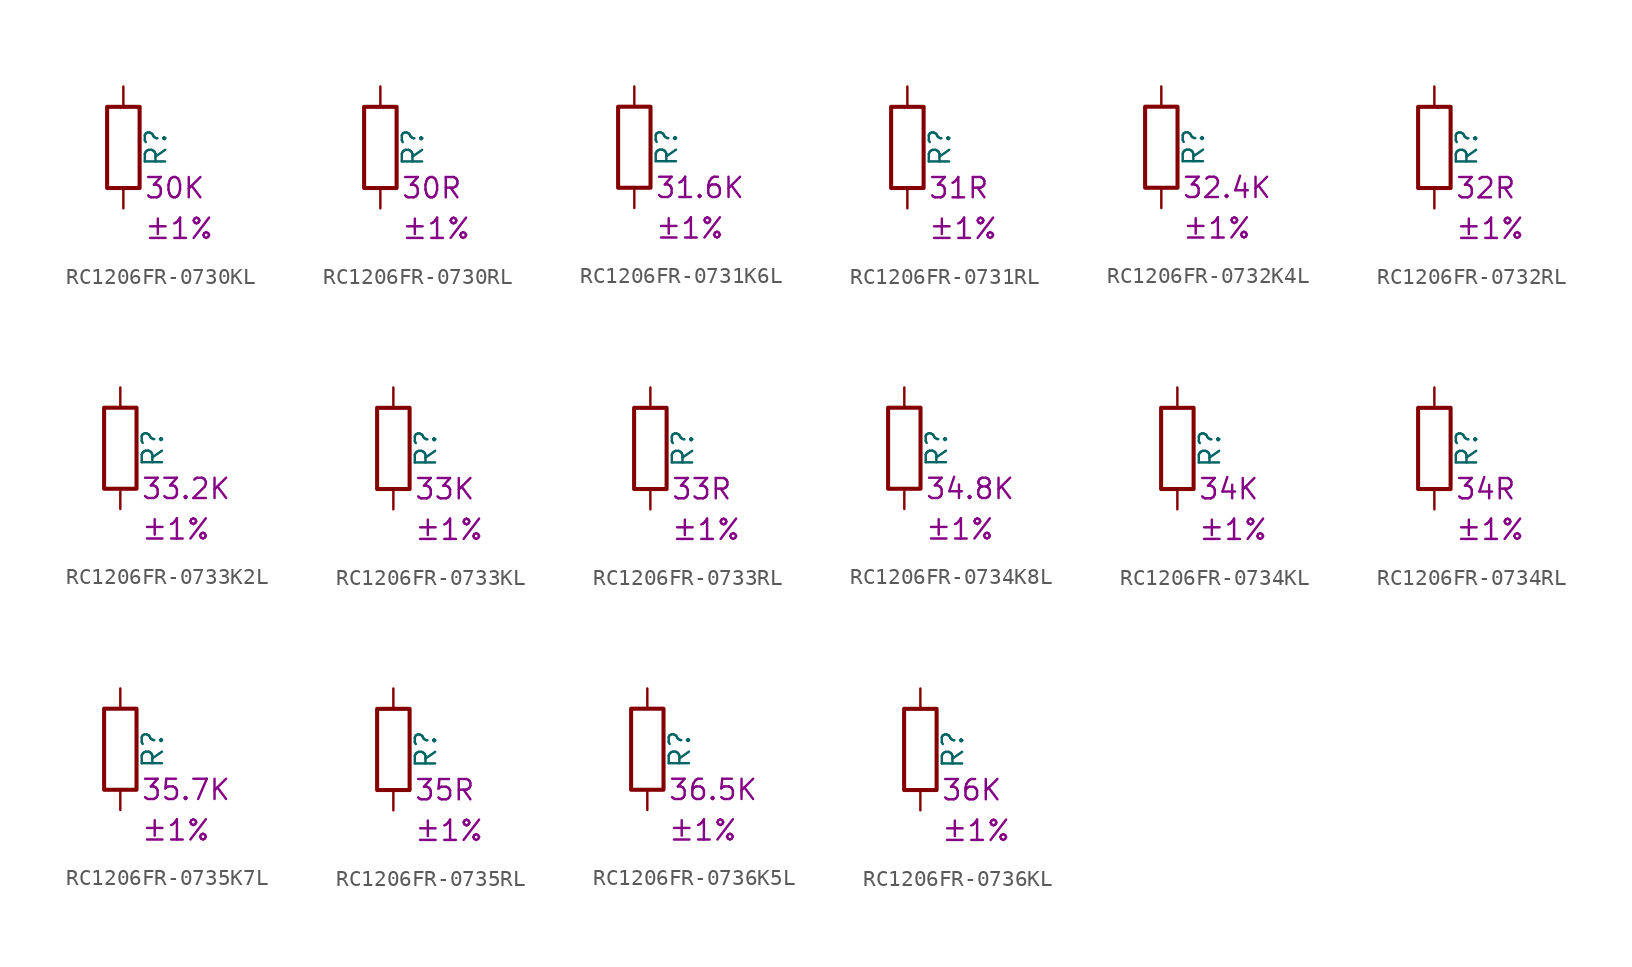
<source format=kicad_sym>
(kicad_symbol_lib
  (version 20220914)
  (generator kicad_symbol_editor)
  (symbol "RC1206FR-0730KL"
    (pin_numbers hide)
    (pin_names
      (offset 0))
    (property "Reference" "R"
      (at 2.032 0 90)
      (effects (font (size 1.27 1.27))))
    (property "Resistance" "30K"
      (at 1.27 -2.54 0)
      (effects (font (size 1.27 1.27)) (justify left)))
    (property "Tolerance" "±1%"
      (at 1.27 -5.08 0)
      (effects (font (size 1.27 1.27)) (justify left)))
    (symbol "RC1206FR-0730KL_0_1"
      (rectangle (start -1.016 -2.54) (end 1.016 2.54) (stroke (width 0.254) (type default)) (fill (type none))))
    (symbol "RC1206FR-0730KL_1_1"
      (pin passive line (at 0 3.81 270) (length 1.27) (name "~" (effects (font (size 1.27 1.27)))) (number "1" (effects (font (size 1.27 1.27)))))
      (pin passive line (at 0 -3.81 90) (length 1.27) (name "~" (effects (font (size 1.27 1.27)))) (number "2" (effects (font (size 1.27 1.27)))))))
  (symbol "RC1206FR-0730RL"
    (pin_numbers hide)
    (pin_names
      (offset 0))
    (property "Reference" "R"
      (at 2.032 0 90)
      (effects (font (size 1.27 1.27))))
    (property "Resistance" "30R"
      (at 1.27 -2.54 0)
      (effects (font (size 1.27 1.27)) (justify left)))
    (property "Tolerance" "±1%"
      (at 1.27 -5.08 0)
      (effects (font (size 1.27 1.27)) (justify left)))
    (symbol "RC1206FR-0730RL_0_1"
      (rectangle (start -1.016 -2.54) (end 1.016 2.54) (stroke (width 0.254) (type default)) (fill (type none))))
    (symbol "RC1206FR-0730RL_1_1"
      (pin passive line (at 0 3.81 270) (length 1.27) (name "~" (effects (font (size 1.27 1.27)))) (number "1" (effects (font (size 1.27 1.27)))))
      (pin passive line (at 0 -3.81 90) (length 1.27) (name "~" (effects (font (size 1.27 1.27)))) (number "2" (effects (font (size 1.27 1.27)))))))
  (symbol "RC1206FR-0731K6L"
    (pin_numbers hide)
    (pin_names
      (offset 0))
    (property "Reference" "R"
      (at 2.032 0 90)
      (effects (font (size 1.27 1.27))))
    (property "Resistance" "31.6K"
      (at 1.27 -2.54 0)
      (effects (font (size 1.27 1.27)) (justify left)))
    (property "Tolerance" "±1%"
      (at 1.27 -5.08 0)
      (effects (font (size 1.27 1.27)) (justify left)))
    (symbol "RC1206FR-0731K6L_0_1"
      (rectangle (start -1.016 -2.54) (end 1.016 2.54) (stroke (width 0.254) (type default)) (fill (type none))))
    (symbol "RC1206FR-0731K6L_1_1"
      (pin passive line (at 0 3.81 270) (length 1.27) (name "~" (effects (font (size 1.27 1.27)))) (number "1" (effects (font (size 1.27 1.27)))))
      (pin passive line (at 0 -3.81 90) (length 1.27) (name "~" (effects (font (size 1.27 1.27)))) (number "2" (effects (font (size 1.27 1.27)))))))
  (symbol "RC1206FR-0731RL"
    (pin_numbers hide)
    (pin_names
      (offset 0))
    (property "Reference" "R"
      (at 2.032 0 90)
      (effects (font (size 1.27 1.27))))
    (property "Resistance" "31R"
      (at 1.27 -2.54 0)
      (effects (font (size 1.27 1.27)) (justify left)))
    (property "Tolerance" "±1%"
      (at 1.27 -5.08 0)
      (effects (font (size 1.27 1.27)) (justify left)))
    (symbol "RC1206FR-0731RL_0_1"
      (rectangle (start -1.016 -2.54) (end 1.016 2.54) (stroke (width 0.254) (type default)) (fill (type none))))
    (symbol "RC1206FR-0731RL_1_1"
      (pin passive line (at 0 3.81 270) (length 1.27) (name "~" (effects (font (size 1.27 1.27)))) (number "1" (effects (font (size 1.27 1.27)))))
      (pin passive line (at 0 -3.81 90) (length 1.27) (name "~" (effects (font (size 1.27 1.27)))) (number "2" (effects (font (size 1.27 1.27)))))))
  (symbol "RC1206FR-0732K4L"
    (pin_numbers hide)
    (pin_names
      (offset 0))
    (property "Reference" "R"
      (at 2.032 0 90)
      (effects (font (size 1.27 1.27))))
    (property "Resistance" "32.4K"
      (at 1.27 -2.54 0)
      (effects (font (size 1.27 1.27)) (justify left)))
    (property "Tolerance" "±1%"
      (at 1.27 -5.08 0)
      (effects (font (size 1.27 1.27)) (justify left)))
    (symbol "RC1206FR-0732K4L_0_1"
      (rectangle (start -1.016 -2.54) (end 1.016 2.54) (stroke (width 0.254) (type default)) (fill (type none))))
    (symbol "RC1206FR-0732K4L_1_1"
      (pin passive line (at 0 3.81 270) (length 1.27) (name "~" (effects (font (size 1.27 1.27)))) (number "1" (effects (font (size 1.27 1.27)))))
      (pin passive line (at 0 -3.81 90) (length 1.27) (name "~" (effects (font (size 1.27 1.27)))) (number "2" (effects (font (size 1.27 1.27)))))))
  (symbol "RC1206FR-0732RL"
    (pin_numbers hide)
    (pin_names
      (offset 0))
    (property "Reference" "R"
      (at 2.032 0 90)
      (effects (font (size 1.27 1.27))))
    (property "Resistance" "32R"
      (at 1.27 -2.54 0)
      (effects (font (size 1.27 1.27)) (justify left)))
    (property "Tolerance" "±1%"
      (at 1.27 -5.08 0)
      (effects (font (size 1.27 1.27)) (justify left)))
    (symbol "RC1206FR-0732RL_0_1"
      (rectangle (start -1.016 -2.54) (end 1.016 2.54) (stroke (width 0.254) (type default)) (fill (type none))))
    (symbol "RC1206FR-0732RL_1_1"
      (pin passive line (at 0 3.81 270) (length 1.27) (name "~" (effects (font (size 1.27 1.27)))) (number "1" (effects (font (size 1.27 1.27)))))
      (pin passive line (at 0 -3.81 90) (length 1.27) (name "~" (effects (font (size 1.27 1.27)))) (number "2" (effects (font (size 1.27 1.27)))))))
  (symbol "RC1206FR-0733K2L"
    (pin_numbers hide)
    (pin_names
      (offset 0))
    (property "Reference" "R"
      (at 2.032 0 90)
      (effects (font (size 1.27 1.27))))
    (property "Resistance" "33.2K"
      (at 1.27 -2.54 0)
      (effects (font (size 1.27 1.27)) (justify left)))
    (property "Tolerance" "±1%"
      (at 1.27 -5.08 0)
      (effects (font (size 1.27 1.27)) (justify left)))
    (symbol "RC1206FR-0733K2L_0_1"
      (rectangle (start -1.016 -2.54) (end 1.016 2.54) (stroke (width 0.254) (type default)) (fill (type none))))
    (symbol "RC1206FR-0733K2L_1_1"
      (pin passive line (at 0 3.81 270) (length 1.27) (name "~" (effects (font (size 1.27 1.27)))) (number "1" (effects (font (size 1.27 1.27)))))
      (pin passive line (at 0 -3.81 90) (length 1.27) (name "~" (effects (font (size 1.27 1.27)))) (number "2" (effects (font (size 1.27 1.27)))))))
  (symbol "RC1206FR-0733KL"
    (pin_numbers hide)
    (pin_names
      (offset 0))
    (property "Reference" "R"
      (at 2.032 0 90)
      (effects (font (size 1.27 1.27))))
    (property "Resistance" "33K"
      (at 1.27 -2.54 0)
      (effects (font (size 1.27 1.27)) (justify left)))
    (property "Tolerance" "±1%"
      (at 1.27 -5.08 0)
      (effects (font (size 1.27 1.27)) (justify left)))
    (symbol "RC1206FR-0733KL_0_1"
      (rectangle (start -1.016 -2.54) (end 1.016 2.54) (stroke (width 0.254) (type default)) (fill (type none))))
    (symbol "RC1206FR-0733KL_1_1"
      (pin passive line (at 0 3.81 270) (length 1.27) (name "~" (effects (font (size 1.27 1.27)))) (number "1" (effects (font (size 1.27 1.27)))))
      (pin passive line (at 0 -3.81 90) (length 1.27) (name "~" (effects (font (size 1.27 1.27)))) (number "2" (effects (font (size 1.27 1.27)))))))
  (symbol "RC1206FR-0733RL"
    (pin_numbers hide)
    (pin_names
      (offset 0))
    (property "Reference" "R"
      (at 2.032 0 90)
      (effects (font (size 1.27 1.27))))
    (property "Resistance" "33R"
      (at 1.27 -2.54 0)
      (effects (font (size 1.27 1.27)) (justify left)))
    (property "Tolerance" "±1%"
      (at 1.27 -5.08 0)
      (effects (font (size 1.27 1.27)) (justify left)))
    (symbol "RC1206FR-0733RL_0_1"
      (rectangle (start -1.016 -2.54) (end 1.016 2.54) (stroke (width 0.254) (type default)) (fill (type none))))
    (symbol "RC1206FR-0733RL_1_1"
      (pin passive line (at 0 3.81 270) (length 1.27) (name "~" (effects (font (size 1.27 1.27)))) (number "1" (effects (font (size 1.27 1.27)))))
      (pin passive line (at 0 -3.81 90) (length 1.27) (name "~" (effects (font (size 1.27 1.27)))) (number "2" (effects (font (size 1.27 1.27)))))))
  (symbol "RC1206FR-0734K8L"
    (pin_numbers hide)
    (pin_names
      (offset 0))
    (property "Reference" "R"
      (at 2.032 0 90)
      (effects (font (size 1.27 1.27))))
    (property "Resistance" "34.8K"
      (at 1.27 -2.54 0)
      (effects (font (size 1.27 1.27)) (justify left)))
    (property "Tolerance" "±1%"
      (at 1.27 -5.08 0)
      (effects (font (size 1.27 1.27)) (justify left)))
    (symbol "RC1206FR-0734K8L_0_1"
      (rectangle (start -1.016 -2.54) (end 1.016 2.54) (stroke (width 0.254) (type default)) (fill (type none))))
    (symbol "RC1206FR-0734K8L_1_1"
      (pin passive line (at 0 3.81 270) (length 1.27) (name "~" (effects (font (size 1.27 1.27)))) (number "1" (effects (font (size 1.27 1.27)))))
      (pin passive line (at 0 -3.81 90) (length 1.27) (name "~" (effects (font (size 1.27 1.27)))) (number "2" (effects (font (size 1.27 1.27)))))))
  (symbol "RC1206FR-0734KL"
    (pin_numbers hide)
    (pin_names
      (offset 0))
    (property "Reference" "R"
      (at 2.032 0 90)
      (effects (font (size 1.27 1.27))))
    (property "Resistance" "34K"
      (at 1.27 -2.54 0)
      (effects (font (size 1.27 1.27)) (justify left)))
    (property "Tolerance" "±1%"
      (at 1.27 -5.08 0)
      (effects (font (size 1.27 1.27)) (justify left)))
    (symbol "RC1206FR-0734KL_0_1"
      (rectangle (start -1.016 -2.54) (end 1.016 2.54) (stroke (width 0.254) (type default)) (fill (type none))))
    (symbol "RC1206FR-0734KL_1_1"
      (pin passive line (at 0 3.81 270) (length 1.27) (name "~" (effects (font (size 1.27 1.27)))) (number "1" (effects (font (size 1.27 1.27)))))
      (pin passive line (at 0 -3.81 90) (length 1.27) (name "~" (effects (font (size 1.27 1.27)))) (number "2" (effects (font (size 1.27 1.27)))))))
  (symbol "RC1206FR-0734RL"
    (pin_numbers hide)
    (pin_names
      (offset 0))
    (property "Reference" "R"
      (at 2.032 0 90)
      (effects (font (size 1.27 1.27))))
    (property "Resistance" "34R"
      (at 1.27 -2.54 0)
      (effects (font (size 1.27 1.27)) (justify left)))
    (property "Tolerance" "±1%"
      (at 1.27 -5.08 0)
      (effects (font (size 1.27 1.27)) (justify left)))
    (symbol "RC1206FR-0734RL_0_1"
      (rectangle (start -1.016 -2.54) (end 1.016 2.54) (stroke (width 0.254) (type default)) (fill (type none))))
    (symbol "RC1206FR-0734RL_1_1"
      (pin passive line (at 0 3.81 270) (length 1.27) (name "~" (effects (font (size 1.27 1.27)))) (number "1" (effects (font (size 1.27 1.27)))))
      (pin passive line (at 0 -3.81 90) (length 1.27) (name "~" (effects (font (size 1.27 1.27)))) (number "2" (effects (font (size 1.27 1.27)))))))
  (symbol "RC1206FR-0735K7L"
    (pin_numbers hide)
    (pin_names
      (offset 0))
    (property "Reference" "R"
      (at 2.032 0 90)
      (effects (font (size 1.27 1.27))))
    (property "Resistance" "35.7K"
      (at 1.27 -2.54 0)
      (effects (font (size 1.27 1.27)) (justify left)))
    (property "Tolerance" "±1%"
      (at 1.27 -5.08 0)
      (effects (font (size 1.27 1.27)) (justify left)))
    (symbol "RC1206FR-0735K7L_0_1"
      (rectangle (start -1.016 -2.54) (end 1.016 2.54) (stroke (width 0.254) (type default)) (fill (type none))))
    (symbol "RC1206FR-0735K7L_1_1"
      (pin passive line (at 0 3.81 270) (length 1.27) (name "~" (effects (font (size 1.27 1.27)))) (number "1" (effects (font (size 1.27 1.27)))))
      (pin passive line (at 0 -3.81 90) (length 1.27) (name "~" (effects (font (size 1.27 1.27)))) (number "2" (effects (font (size 1.27 1.27)))))))
  (symbol "RC1206FR-0735RL"
    (pin_numbers hide)
    (pin_names
      (offset 0))
    (property "Reference" "R"
      (at 2.032 0 90)
      (effects (font (size 1.27 1.27))))
    (property "Resistance" "35R"
      (at 1.27 -2.54 0)
      (effects (font (size 1.27 1.27)) (justify left)))
    (property "Tolerance" "±1%"
      (at 1.27 -5.08 0)
      (effects (font (size 1.27 1.27)) (justify left)))
    (symbol "RC1206FR-0735RL_0_1"
      (rectangle (start -1.016 -2.54) (end 1.016 2.54) (stroke (width 0.254) (type default)) (fill (type none))))
    (symbol "RC1206FR-0735RL_1_1"
      (pin passive line (at 0 3.81 270) (length 1.27) (name "~" (effects (font (size 1.27 1.27)))) (number "1" (effects (font (size 1.27 1.27)))))
      (pin passive line (at 0 -3.81 90) (length 1.27) (name "~" (effects (font (size 1.27 1.27)))) (number "2" (effects (font (size 1.27 1.27)))))))
  (symbol "RC1206FR-0736K5L"
    (pin_numbers hide)
    (pin_names
      (offset 0))
    (property "Reference" "R"
      (at 2.032 0 90)
      (effects (font (size 1.27 1.27))))
    (property "Resistance" "36.5K"
      (at 1.27 -2.54 0)
      (effects (font (size 1.27 1.27)) (justify left)))
    (property "Tolerance" "±1%"
      (at 1.27 -5.08 0)
      (effects (font (size 1.27 1.27)) (justify left)))
    (symbol "RC1206FR-0736K5L_0_1"
      (rectangle (start -1.016 -2.54) (end 1.016 2.54) (stroke (width 0.254) (type default)) (fill (type none))))
    (symbol "RC1206FR-0736K5L_1_1"
      (pin passive line (at 0 3.81 270) (length 1.27) (name "~" (effects (font (size 1.27 1.27)))) (number "1" (effects (font (size 1.27 1.27)))))
      (pin passive line (at 0 -3.81 90) (length 1.27) (name "~" (effects (font (size 1.27 1.27)))) (number "2" (effects (font (size 1.27 1.27)))))))
  (symbol "RC1206FR-0736KL"
    (pin_numbers hide)
    (pin_names
      (offset 0))
    (property "Reference" "R"
      (at 2.032 0 90)
      (effects (font (size 1.27 1.27))))
    (property "Resistance" "36K"
      (at 1.27 -2.54 0)
      (effects (font (size 1.27 1.27)) (justify left)))
    (property "Tolerance" "±1%"
      (at 1.27 -5.08 0)
      (effects (font (size 1.27 1.27)) (justify left)))
    (symbol "RC1206FR-0736KL_0_1"
      (rectangle (start -1.016 -2.54) (end 1.016 2.54) (stroke (width 0.254) (type default)) (fill (type none))))
    (symbol "RC1206FR-0736KL_1_1"
      (pin passive line (at 0 3.81 270) (length 1.27) (name "~" (effects (font (size 1.27 1.27)))) (number "1" (effects (font (size 1.27 1.27)))))
      (pin passive line (at 0 -3.81 90) (length 1.27) (name "~" (effects (font (size 1.27 1.27)))) (number "2" (effects (font (size 1.27 1.27))))))))
</source>
